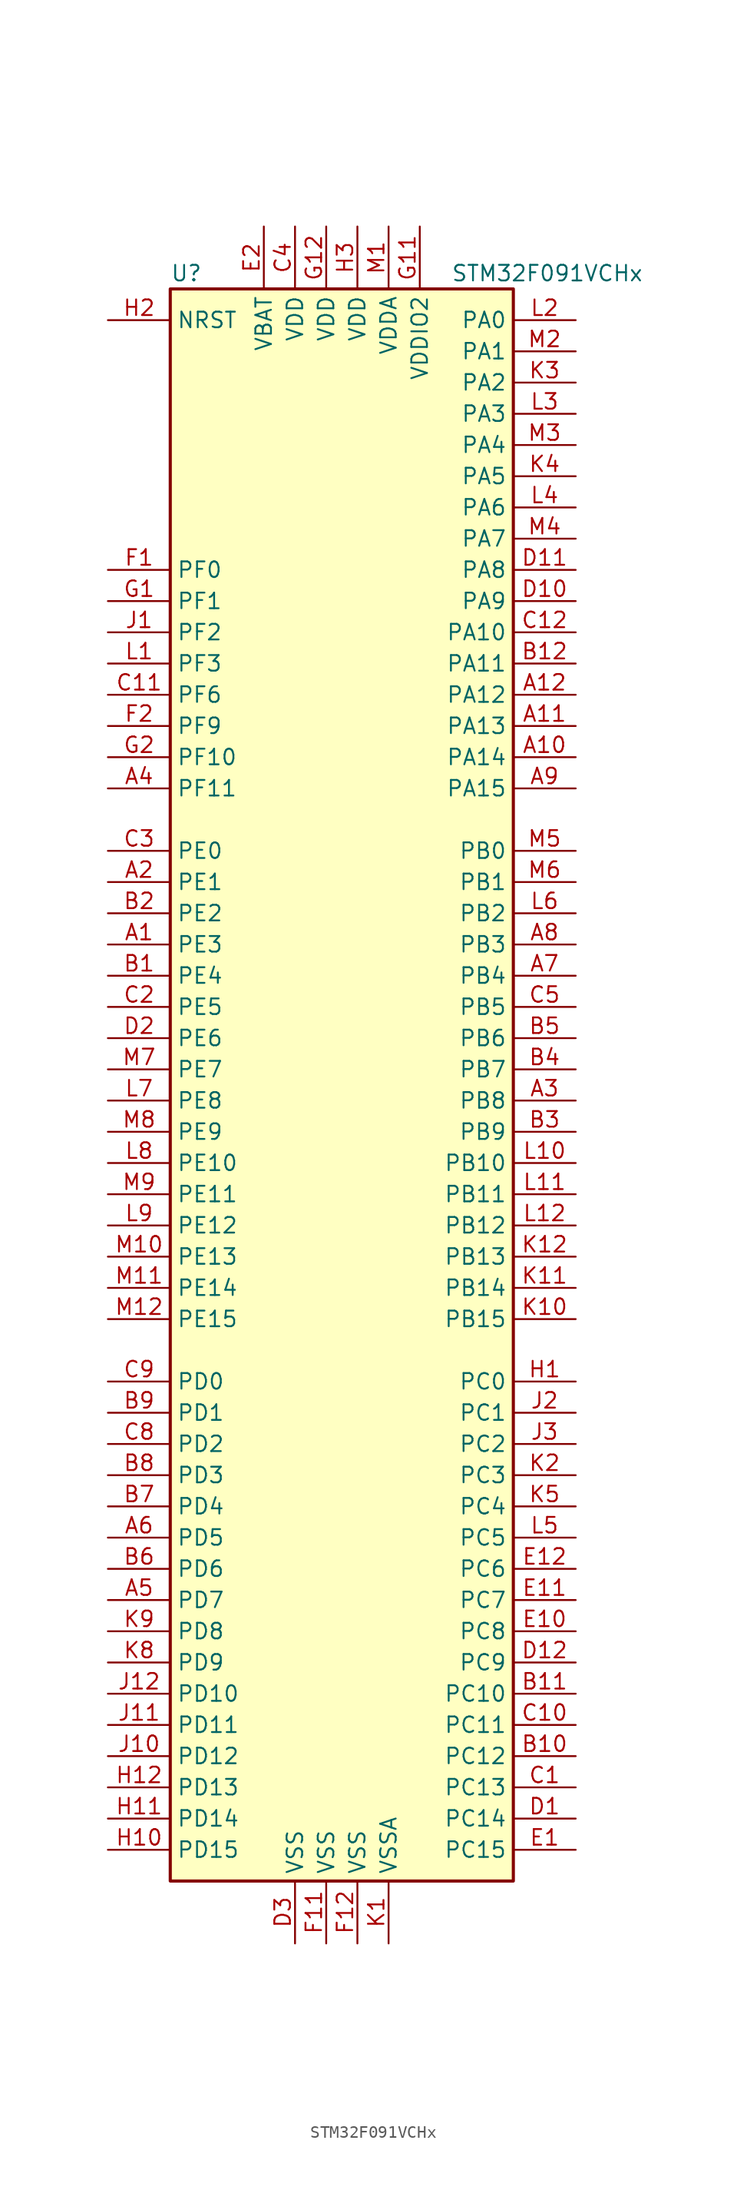
<source format=kicad_sym>
(kicad_symbol_lib
  (version 20201005)
  (generator kicad_symbol_editor)
  (symbol "MCU_ST_STM32F0:STM32F091VCHx"
    (property "Reference" "U"
      (at -15.24 64.77 0)
      (effects (font (size 1.27 1.27)) (justify left)))
    (property "Value" "STM32F091VCHx"
      (at 7.62 64.77 0)
      (effects (font (size 1.27 1.27)) (justify left)))
    (symbol "STM32F091VCHx_0_1"
      (rectangle (start -15.24 -66.04) (end 12.7 63.5) (stroke (width 0.254)) (fill (type background))))
    (symbol "STM32F091VCHx_1_1"
      (pin bidirectional line (at -20.32 10.16 0) (length 5.08) (name "PE3" (effects (font (size 1.27 1.27)))) (number "A1" (effects (font (size 1.27 1.27)))))
      (pin bidirectional line (at 17.78 25.4 180) (length 5.08) (name "PA14" (effects (font (size 1.27 1.27)))) (number "A10" (effects (font (size 1.27 1.27)))))
      (pin bidirectional line (at 17.78 27.94 180) (length 5.08) (name "PA13" (effects (font (size 1.27 1.27)))) (number "A11" (effects (font (size 1.27 1.27)))))
      (pin bidirectional line (at 17.78 30.48 180) (length 5.08) (name "PA12" (effects (font (size 1.27 1.27)))) (number "A12" (effects (font (size 1.27 1.27)))))
      (pin bidirectional line (at -20.32 15.24 0) (length 5.08) (name "PE1" (effects (font (size 1.27 1.27)))) (number "A2" (effects (font (size 1.27 1.27)))))
      (pin bidirectional line (at 17.78 -2.54 180) (length 5.08) (name "PB8" (effects (font (size 1.27 1.27)))) (number "A3" (effects (font (size 1.27 1.27)))))
      (pin bidirectional line (at -20.32 22.86 0) (length 5.08) (name "PF11" (effects (font (size 1.27 1.27)))) (number "A4" (effects (font (size 1.27 1.27)))))
      (pin bidirectional line (at -20.32 -43.18 0) (length 5.08) (name "PD7" (effects (font (size 1.27 1.27)))) (number "A5" (effects (font (size 1.27 1.27)))))
      (pin bidirectional line (at -20.32 -38.1 0) (length 5.08) (name "PD5" (effects (font (size 1.27 1.27)))) (number "A6" (effects (font (size 1.27 1.27)))))
      (pin bidirectional line (at 17.78 7.62 180) (length 5.08) (name "PB4" (effects (font (size 1.27 1.27)))) (number "A7" (effects (font (size 1.27 1.27)))))
      (pin bidirectional line (at 17.78 10.16 180) (length 5.08) (name "PB3" (effects (font (size 1.27 1.27)))) (number "A8" (effects (font (size 1.27 1.27)))))
      (pin bidirectional line (at 17.78 22.86 180) (length 5.08) (name "PA15" (effects (font (size 1.27 1.27)))) (number "A9" (effects (font (size 1.27 1.27)))))
      (pin bidirectional line (at -20.32 7.62 0) (length 5.08) (name "PE4" (effects (font (size 1.27 1.27)))) (number "B1" (effects (font (size 1.27 1.27)))))
      (pin bidirectional line (at 17.78 -55.88 180) (length 5.08) (name "PC12" (effects (font (size 1.27 1.27)))) (number "B10" (effects (font (size 1.27 1.27)))))
      (pin bidirectional line (at 17.78 -50.8 180) (length 5.08) (name "PC10" (effects (font (size 1.27 1.27)))) (number "B11" (effects (font (size 1.27 1.27)))))
      (pin bidirectional line (at 17.78 33.02 180) (length 5.08) (name "PA11" (effects (font (size 1.27 1.27)))) (number "B12" (effects (font (size 1.27 1.27)))))
      (pin bidirectional line (at -20.32 12.7 0) (length 5.08) (name "PE2" (effects (font (size 1.27 1.27)))) (number "B2" (effects (font (size 1.27 1.27)))))
      (pin bidirectional line (at 17.78 -5.08 180) (length 5.08) (name "PB9" (effects (font (size 1.27 1.27)))) (number "B3" (effects (font (size 1.27 1.27)))))
      (pin bidirectional line (at 17.78 0 180) (length 5.08) (name "PB7" (effects (font (size 1.27 1.27)))) (number "B4" (effects (font (size 1.27 1.27)))))
      (pin bidirectional line (at 17.78 2.54 180) (length 5.08) (name "PB6" (effects (font (size 1.27 1.27)))) (number "B5" (effects (font (size 1.27 1.27)))))
      (pin bidirectional line (at -20.32 -40.64 0) (length 5.08) (name "PD6" (effects (font (size 1.27 1.27)))) (number "B6" (effects (font (size 1.27 1.27)))))
      (pin bidirectional line (at -20.32 -35.56 0) (length 5.08) (name "PD4" (effects (font (size 1.27 1.27)))) (number "B7" (effects (font (size 1.27 1.27)))))
      (pin bidirectional line (at -20.32 -33.02 0) (length 5.08) (name "PD3" (effects (font (size 1.27 1.27)))) (number "B8" (effects (font (size 1.27 1.27)))))
      (pin bidirectional line (at -20.32 -27.94 0) (length 5.08) (name "PD1" (effects (font (size 1.27 1.27)))) (number "B9" (effects (font (size 1.27 1.27)))))
      (pin bidirectional line (at 17.78 -58.42 180) (length 5.08) (name "PC13" (effects (font (size 1.27 1.27)))) (number "C1" (effects (font (size 1.27 1.27)))))
      (pin bidirectional line (at 17.78 -53.34 180) (length 5.08) (name "PC11" (effects (font (size 1.27 1.27)))) (number "C10" (effects (font (size 1.27 1.27)))))
      (pin bidirectional line (at -20.32 30.48 0) (length 5.08) (name "PF6" (effects (font (size 1.27 1.27)))) (number "C11" (effects (font (size 1.27 1.27)))))
      (pin bidirectional line (at 17.78 35.56 180) (length 5.08) (name "PA10" (effects (font (size 1.27 1.27)))) (number "C12" (effects (font (size 1.27 1.27)))))
      (pin bidirectional line (at -20.32 5.08 0) (length 5.08) (name "PE5" (effects (font (size 1.27 1.27)))) (number "C2" (effects (font (size 1.27 1.27)))))
      (pin bidirectional line (at -20.32 17.78 0) (length 5.08) (name "PE0" (effects (font (size 1.27 1.27)))) (number "C3" (effects (font (size 1.27 1.27)))))
      (pin power_in line (at -5.08 68.58 270) (length 5.08) (name "VDD" (effects (font (size 1.27 1.27)))) (number "C4" (effects (font (size 1.27 1.27)))))
      (pin bidirectional line (at 17.78 5.08 180) (length 5.08) (name "PB5" (effects (font (size 1.27 1.27)))) (number "C5" (effects (font (size 1.27 1.27)))))
      (pin bidirectional line (at -20.32 -30.48 0) (length 5.08) (name "PD2" (effects (font (size 1.27 1.27)))) (number "C8" (effects (font (size 1.27 1.27)))))
      (pin bidirectional line (at -20.32 -25.4 0) (length 5.08) (name "PD0" (effects (font (size 1.27 1.27)))) (number "C9" (effects (font (size 1.27 1.27)))))
      (pin bidirectional line (at 17.78 -60.96 180) (length 5.08) (name "PC14" (effects (font (size 1.27 1.27)))) (number "D1" (effects (font (size 1.27 1.27)))))
      (pin bidirectional line (at 17.78 38.1 180) (length 5.08) (name "PA9" (effects (font (size 1.27 1.27)))) (number "D10" (effects (font (size 1.27 1.27)))))
      (pin bidirectional line (at 17.78 40.64 180) (length 5.08) (name "PA8" (effects (font (size 1.27 1.27)))) (number "D11" (effects (font (size 1.27 1.27)))))
      (pin bidirectional line (at 17.78 -48.26 180) (length 5.08) (name "PC9" (effects (font (size 1.27 1.27)))) (number "D12" (effects (font (size 1.27 1.27)))))
      (pin bidirectional line (at -20.32 2.54 0) (length 5.08) (name "PE6" (effects (font (size 1.27 1.27)))) (number "D2" (effects (font (size 1.27 1.27)))))
      (pin power_in line (at -5.08 -71.12 90) (length 5.08) (name "VSS" (effects (font (size 1.27 1.27)))) (number "D3" (effects (font (size 1.27 1.27)))))
      (pin bidirectional line (at 17.78 -63.5 180) (length 5.08) (name "PC15" (effects (font (size 1.27 1.27)))) (number "E1" (effects (font (size 1.27 1.27)))))
      (pin bidirectional line (at 17.78 -45.72 180) (length 5.08) (name "PC8" (effects (font (size 1.27 1.27)))) (number "E10" (effects (font (size 1.27 1.27)))))
      (pin bidirectional line (at 17.78 -43.18 180) (length 5.08) (name "PC7" (effects (font (size 1.27 1.27)))) (number "E11" (effects (font (size 1.27 1.27)))))
      (pin bidirectional line (at 17.78 -40.64 180) (length 5.08) (name "PC6" (effects (font (size 1.27 1.27)))) (number "E12" (effects (font (size 1.27 1.27)))))
      (pin power_in line (at -7.62 68.58 270) (length 5.08) (name "VBAT" (effects (font (size 1.27 1.27)))) (number "E2" (effects (font (size 1.27 1.27)))))
      (pin no_connect line (at -15.24 -63.5 0) (length 5.08) hide (name "NC" (effects (font (size 1.27 1.27)))) (number "E3" (effects (font (size 1.27 1.27)))))
      (pin input line (at -20.32 40.64 0) (length 5.08) (name "PF0" (effects (font (size 1.27 1.27)))) (number "F1" (effects (font (size 1.27 1.27)))))
      (pin power_in line (at -2.54 -71.12 90) (length 5.08) (name "VSS" (effects (font (size 1.27 1.27)))) (number "F11" (effects (font (size 1.27 1.27)))))
      (pin power_in line (at 0 -71.12 90) (length 5.08) (name "VSS" (effects (font (size 1.27 1.27)))) (number "F12" (effects (font (size 1.27 1.27)))))
      (pin bidirectional line (at -20.32 27.94 0) (length 5.08) (name "PF9" (effects (font (size 1.27 1.27)))) (number "F2" (effects (font (size 1.27 1.27)))))
      (pin input line (at -20.32 38.1 0) (length 5.08) (name "PF1" (effects (font (size 1.27 1.27)))) (number "G1" (effects (font (size 1.27 1.27)))))
      (pin power_in line (at 5.08 68.58 270) (length 5.08) (name "VDDIO2" (effects (font (size 1.27 1.27)))) (number "G11" (effects (font (size 1.27 1.27)))))
      (pin power_in line (at -2.54 68.58 270) (length 5.08) (name "VDD" (effects (font (size 1.27 1.27)))) (number "G12" (effects (font (size 1.27 1.27)))))
      (pin bidirectional line (at -20.32 25.4 0) (length 5.08) (name "PF10" (effects (font (size 1.27 1.27)))) (number "G2" (effects (font (size 1.27 1.27)))))
      (pin bidirectional line (at 17.78 -25.4 180) (length 5.08) (name "PC0" (effects (font (size 1.27 1.27)))) (number "H1" (effects (font (size 1.27 1.27)))))
      (pin bidirectional line (at -20.32 -63.5 0) (length 5.08) (name "PD15" (effects (font (size 1.27 1.27)))) (number "H10" (effects (font (size 1.27 1.27)))))
      (pin bidirectional line (at -20.32 -60.96 0) (length 5.08) (name "PD14" (effects (font (size 1.27 1.27)))) (number "H11" (effects (font (size 1.27 1.27)))))
      (pin bidirectional line (at -20.32 -58.42 0) (length 5.08) (name "PD13" (effects (font (size 1.27 1.27)))) (number "H12" (effects (font (size 1.27 1.27)))))
      (pin input line (at -20.32 60.96 0) (length 5.08) (name "NRST" (effects (font (size 1.27 1.27)))) (number "H2" (effects (font (size 1.27 1.27)))))
      (pin power_in line (at 0 68.58 270) (length 5.08) (name "VDD" (effects (font (size 1.27 1.27)))) (number "H3" (effects (font (size 1.27 1.27)))))
      (pin bidirectional line (at -20.32 35.56 0) (length 5.08) (name "PF2" (effects (font (size 1.27 1.27)))) (number "J1" (effects (font (size 1.27 1.27)))))
      (pin bidirectional line (at -20.32 -55.88 0) (length 5.08) (name "PD12" (effects (font (size 1.27 1.27)))) (number "J10" (effects (font (size 1.27 1.27)))))
      (pin bidirectional line (at -20.32 -53.34 0) (length 5.08) (name "PD11" (effects (font (size 1.27 1.27)))) (number "J11" (effects (font (size 1.27 1.27)))))
      (pin bidirectional line (at -20.32 -50.8 0) (length 5.08) (name "PD10" (effects (font (size 1.27 1.27)))) (number "J12" (effects (font (size 1.27 1.27)))))
      (pin bidirectional line (at 17.78 -27.94 180) (length 5.08) (name "PC1" (effects (font (size 1.27 1.27)))) (number "J2" (effects (font (size 1.27 1.27)))))
      (pin bidirectional line (at 17.78 -30.48 180) (length 5.08) (name "PC2" (effects (font (size 1.27 1.27)))) (number "J3" (effects (font (size 1.27 1.27)))))
      (pin power_in line (at 2.54 -71.12 90) (length 5.08) (name "VSSA" (effects (font (size 1.27 1.27)))) (number "K1" (effects (font (size 1.27 1.27)))))
      (pin bidirectional line (at 17.78 -20.32 180) (length 5.08) (name "PB15" (effects (font (size 1.27 1.27)))) (number "K10" (effects (font (size 1.27 1.27)))))
      (pin bidirectional line (at 17.78 -17.78 180) (length 5.08) (name "PB14" (effects (font (size 1.27 1.27)))) (number "K11" (effects (font (size 1.27 1.27)))))
      (pin bidirectional line (at 17.78 -15.24 180) (length 5.08) (name "PB13" (effects (font (size 1.27 1.27)))) (number "K12" (effects (font (size 1.27 1.27)))))
      (pin bidirectional line (at 17.78 -33.02 180) (length 5.08) (name "PC3" (effects (font (size 1.27 1.27)))) (number "K2" (effects (font (size 1.27 1.27)))))
      (pin bidirectional line (at 17.78 55.88 180) (length 5.08) (name "PA2" (effects (font (size 1.27 1.27)))) (number "K3" (effects (font (size 1.27 1.27)))))
      (pin bidirectional line (at 17.78 48.26 180) (length 5.08) (name "PA5" (effects (font (size 1.27 1.27)))) (number "K4" (effects (font (size 1.27 1.27)))))
      (pin bidirectional line (at 17.78 -35.56 180) (length 5.08) (name "PC4" (effects (font (size 1.27 1.27)))) (number "K5" (effects (font (size 1.27 1.27)))))
      (pin bidirectional line (at -20.32 -48.26 0) (length 5.08) (name "PD9" (effects (font (size 1.27 1.27)))) (number "K8" (effects (font (size 1.27 1.27)))))
      (pin bidirectional line (at -20.32 -45.72 0) (length 5.08) (name "PD8" (effects (font (size 1.27 1.27)))) (number "K9" (effects (font (size 1.27 1.27)))))
      (pin bidirectional line (at -20.32 33.02 0) (length 5.08) (name "PF3" (effects (font (size 1.27 1.27)))) (number "L1" (effects (font (size 1.27 1.27)))))
      (pin bidirectional line (at 17.78 -7.62 180) (length 5.08) (name "PB10" (effects (font (size 1.27 1.27)))) (number "L10" (effects (font (size 1.27 1.27)))))
      (pin bidirectional line (at 17.78 -10.16 180) (length 5.08) (name "PB11" (effects (font (size 1.27 1.27)))) (number "L11" (effects (font (size 1.27 1.27)))))
      (pin bidirectional line (at 17.78 -12.7 180) (length 5.08) (name "PB12" (effects (font (size 1.27 1.27)))) (number "L12" (effects (font (size 1.27 1.27)))))
      (pin bidirectional line (at 17.78 60.96 180) (length 5.08) (name "PA0" (effects (font (size 1.27 1.27)))) (number "L2" (effects (font (size 1.27 1.27)))))
      (pin bidirectional line (at 17.78 53.34 180) (length 5.08) (name "PA3" (effects (font (size 1.27 1.27)))) (number "L3" (effects (font (size 1.27 1.27)))))
      (pin bidirectional line (at 17.78 45.72 180) (length 5.08) (name "PA6" (effects (font (size 1.27 1.27)))) (number "L4" (effects (font (size 1.27 1.27)))))
      (pin bidirectional line (at 17.78 -38.1 180) (length 5.08) (name "PC5" (effects (font (size 1.27 1.27)))) (number "L5" (effects (font (size 1.27 1.27)))))
      (pin bidirectional line (at 17.78 12.7 180) (length 5.08) (name "PB2" (effects (font (size 1.27 1.27)))) (number "L6" (effects (font (size 1.27 1.27)))))
      (pin bidirectional line (at -20.32 -2.54 0) (length 5.08) (name "PE8" (effects (font (size 1.27 1.27)))) (number "L7" (effects (font (size 1.27 1.27)))))
      (pin bidirectional line (at -20.32 -7.62 0) (length 5.08) (name "PE10" (effects (font (size 1.27 1.27)))) (number "L8" (effects (font (size 1.27 1.27)))))
      (pin bidirectional line (at -20.32 -12.7 0) (length 5.08) (name "PE12" (effects (font (size 1.27 1.27)))) (number "L9" (effects (font (size 1.27 1.27)))))
      (pin power_in line (at 2.54 68.58 270) (length 5.08) (name "VDDA" (effects (font (size 1.27 1.27)))) (number "M1" (effects (font (size 1.27 1.27)))))
      (pin bidirectional line (at -20.32 -15.24 0) (length 5.08) (name "PE13" (effects (font (size 1.27 1.27)))) (number "M10" (effects (font (size 1.27 1.27)))))
      (pin bidirectional line (at -20.32 -17.78 0) (length 5.08) (name "PE14" (effects (font (size 1.27 1.27)))) (number "M11" (effects (font (size 1.27 1.27)))))
      (pin bidirectional line (at -20.32 -20.32 0) (length 5.08) (name "PE15" (effects (font (size 1.27 1.27)))) (number "M12" (effects (font (size 1.27 1.27)))))
      (pin bidirectional line (at 17.78 58.42 180) (length 5.08) (name "PA1" (effects (font (size 1.27 1.27)))) (number "M2" (effects (font (size 1.27 1.27)))))
      (pin bidirectional line (at 17.78 50.8 180) (length 5.08) (name "PA4" (effects (font (size 1.27 1.27)))) (number "M3" (effects (font (size 1.27 1.27)))))
      (pin bidirectional line (at 17.78 43.18 180) (length 5.08) (name "PA7" (effects (font (size 1.27 1.27)))) (number "M4" (effects (font (size 1.27 1.27)))))
      (pin bidirectional line (at 17.78 17.78 180) (length 5.08) (name "PB0" (effects (font (size 1.27 1.27)))) (number "M5" (effects (font (size 1.27 1.27)))))
      (pin bidirectional line (at 17.78 15.24 180) (length 5.08) (name "PB1" (effects (font (size 1.27 1.27)))) (number "M6" (effects (font (size 1.27 1.27)))))
      (pin bidirectional line (at -20.32 0 0) (length 5.08) (name "PE7" (effects (font (size 1.27 1.27)))) (number "M7" (effects (font (size 1.27 1.27)))))
      (pin bidirectional line (at -20.32 -5.08 0) (length 5.08) (name "PE9" (effects (font (size 1.27 1.27)))) (number "M8" (effects (font (size 1.27 1.27)))))
      (pin bidirectional line (at -20.32 -10.16 0) (length 5.08) (name "PE11" (effects (font (size 1.27 1.27)))) (number "M9" (effects (font (size 1.27 1.27))))))))
</source>
